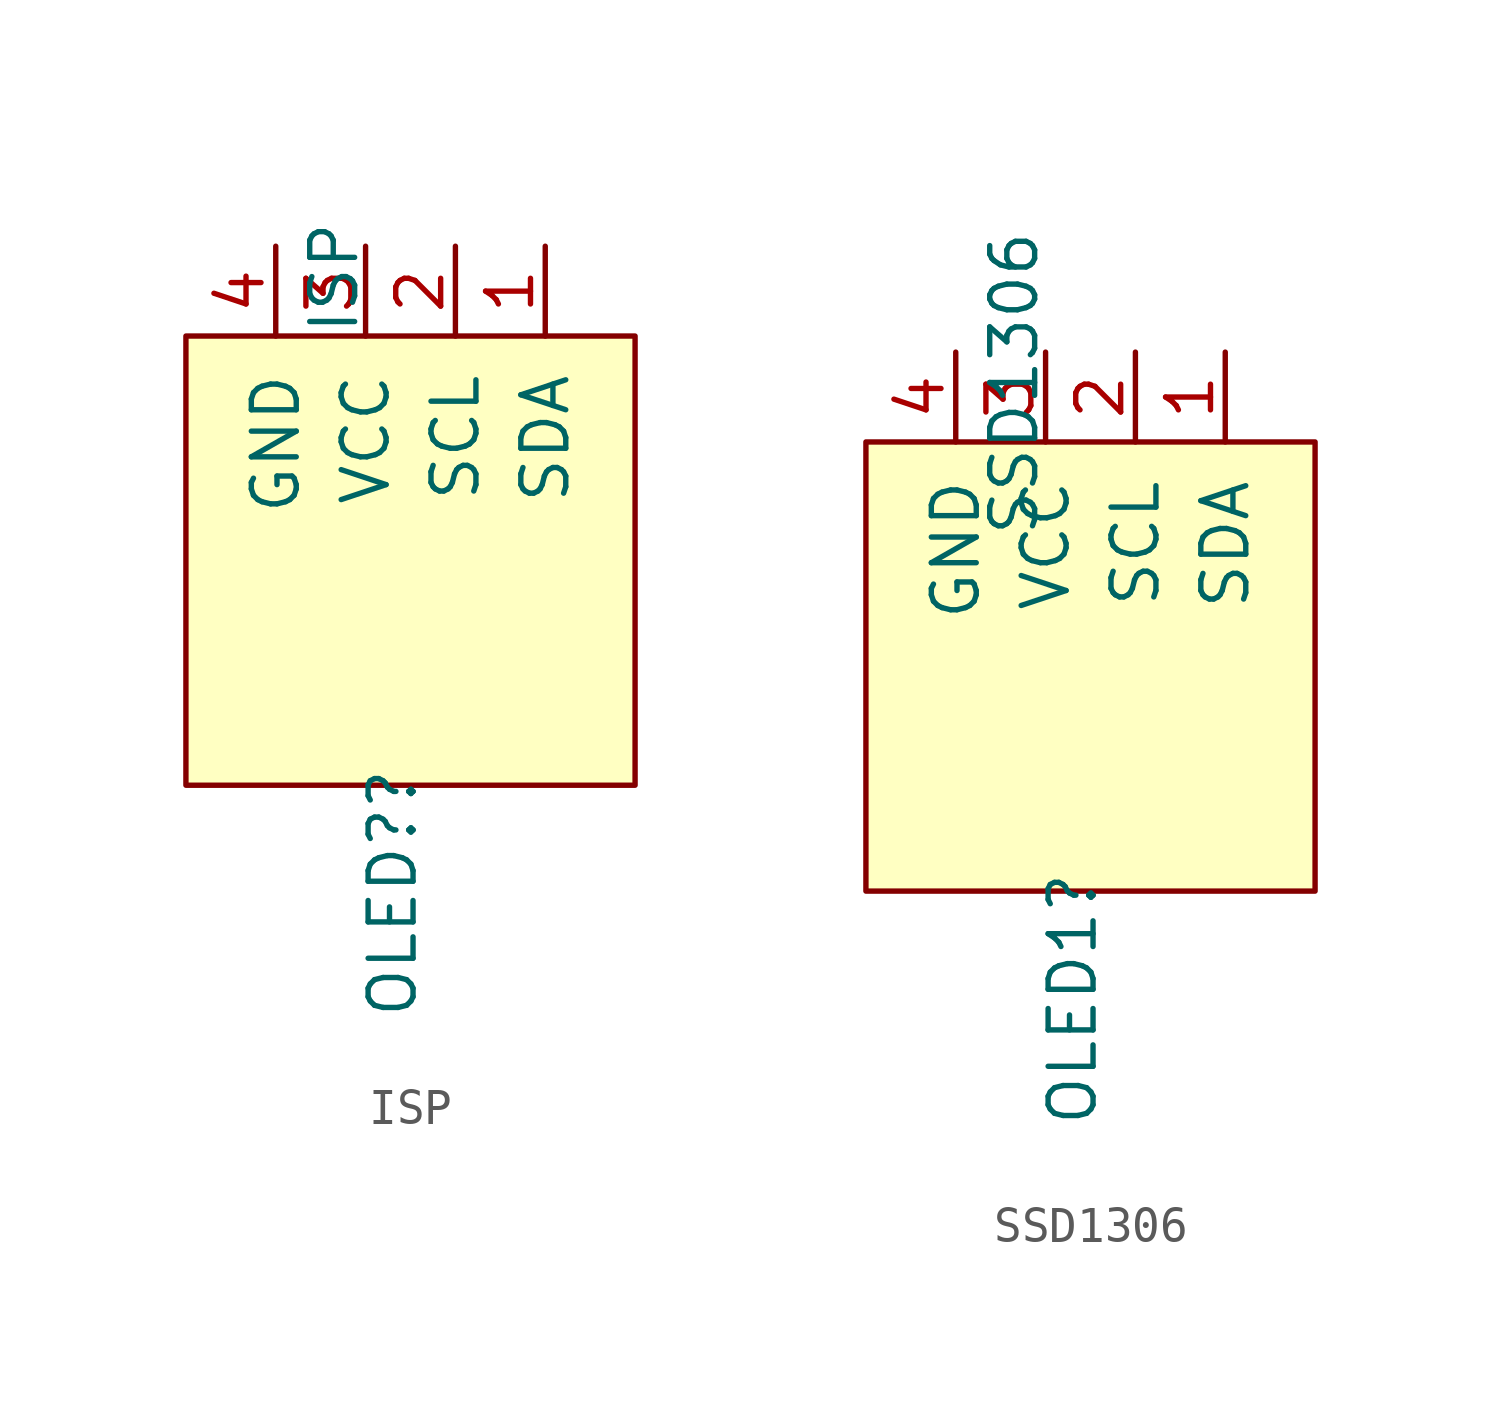
<source format=kicad_sym>
(kicad_symbol_lib
  (version 20211014)
  (generator kicad_symbol_editor)
  (symbol "ISP"
    (pin_names
      (offset 1.016))
    (property "Reference" "OLED?"
      (at -0.508 -9.398 90)
      (effects (font (size 1.27 1.27))))
    (property "Value" "ISP"
      (at -2.159 8.001 90)
      (effects (font (size 1.27 1.27))))
    (symbol "ISP_0_1"
      (rectangle (start -6.35 6.35) (end 6.35 -6.35) (stroke (width 0) (type default) (color 0 0 0 0)) (fill (type background))))
    (symbol "ISP_1_1"
      (pin input line (at 3.81 8.89 270) (length 2.54) (name "SDA" (effects (font (size 1.27 1.27)))) (number "1" (effects (font (size 1.27 1.27)))))
      (pin input line (at 1.27 8.89 270) (length 2.54) (name "SCL" (effects (font (size 1.27 1.27)))) (number "2" (effects (font (size 1.27 1.27)))))
      (pin input line (at -1.27 8.89 270) (length 2.54) (name "VCC" (effects (font (size 1.27 1.27)))) (number "3" (effects (font (size 1.27 1.27)))))
      (pin input line (at -3.81 8.89 270) (length 2.54) (name "GND" (effects (font (size 1.27 1.27)))) (number "4" (effects (font (size 1.27 1.27)))))))
  (symbol "SSD1306"
    (pin_names
      (offset 1.016))
    (property "Reference" "OLED1"
      (at -0.508 -9.398 90)
      (effects (font (size 1.27 1.27))))
    (property "Value" "SSD1306"
      (at -2.159 8.001 90)
      (effects (font (size 1.27 1.27))))
    (symbol "SSD1306_0_1"
      (rectangle (start -6.35 6.35) (end 6.35 -6.35) (stroke (width 0) (type default) (color 0 0 0 0)) (fill (type background))))
    (symbol "SSD1306_1_1"
      (pin input line (at 3.81 8.89 270) (length 2.54) (name "SDA" (effects (font (size 1.27 1.27)))) (number "1" (effects (font (size 1.27 1.27)))))
      (pin input line (at 1.27 8.89 270) (length 2.54) (name "SCL" (effects (font (size 1.27 1.27)))) (number "2" (effects (font (size 1.27 1.27)))))
      (pin input line (at -1.27 8.89 270) (length 2.54) (name "VCC" (effects (font (size 1.27 1.27)))) (number "3" (effects (font (size 1.27 1.27)))))
      (pin input line (at -3.81 8.89 270) (length 2.54) (name "GND" (effects (font (size 1.27 1.27)))) (number "4" (effects (font (size 1.27 1.27))))))))
</source>
